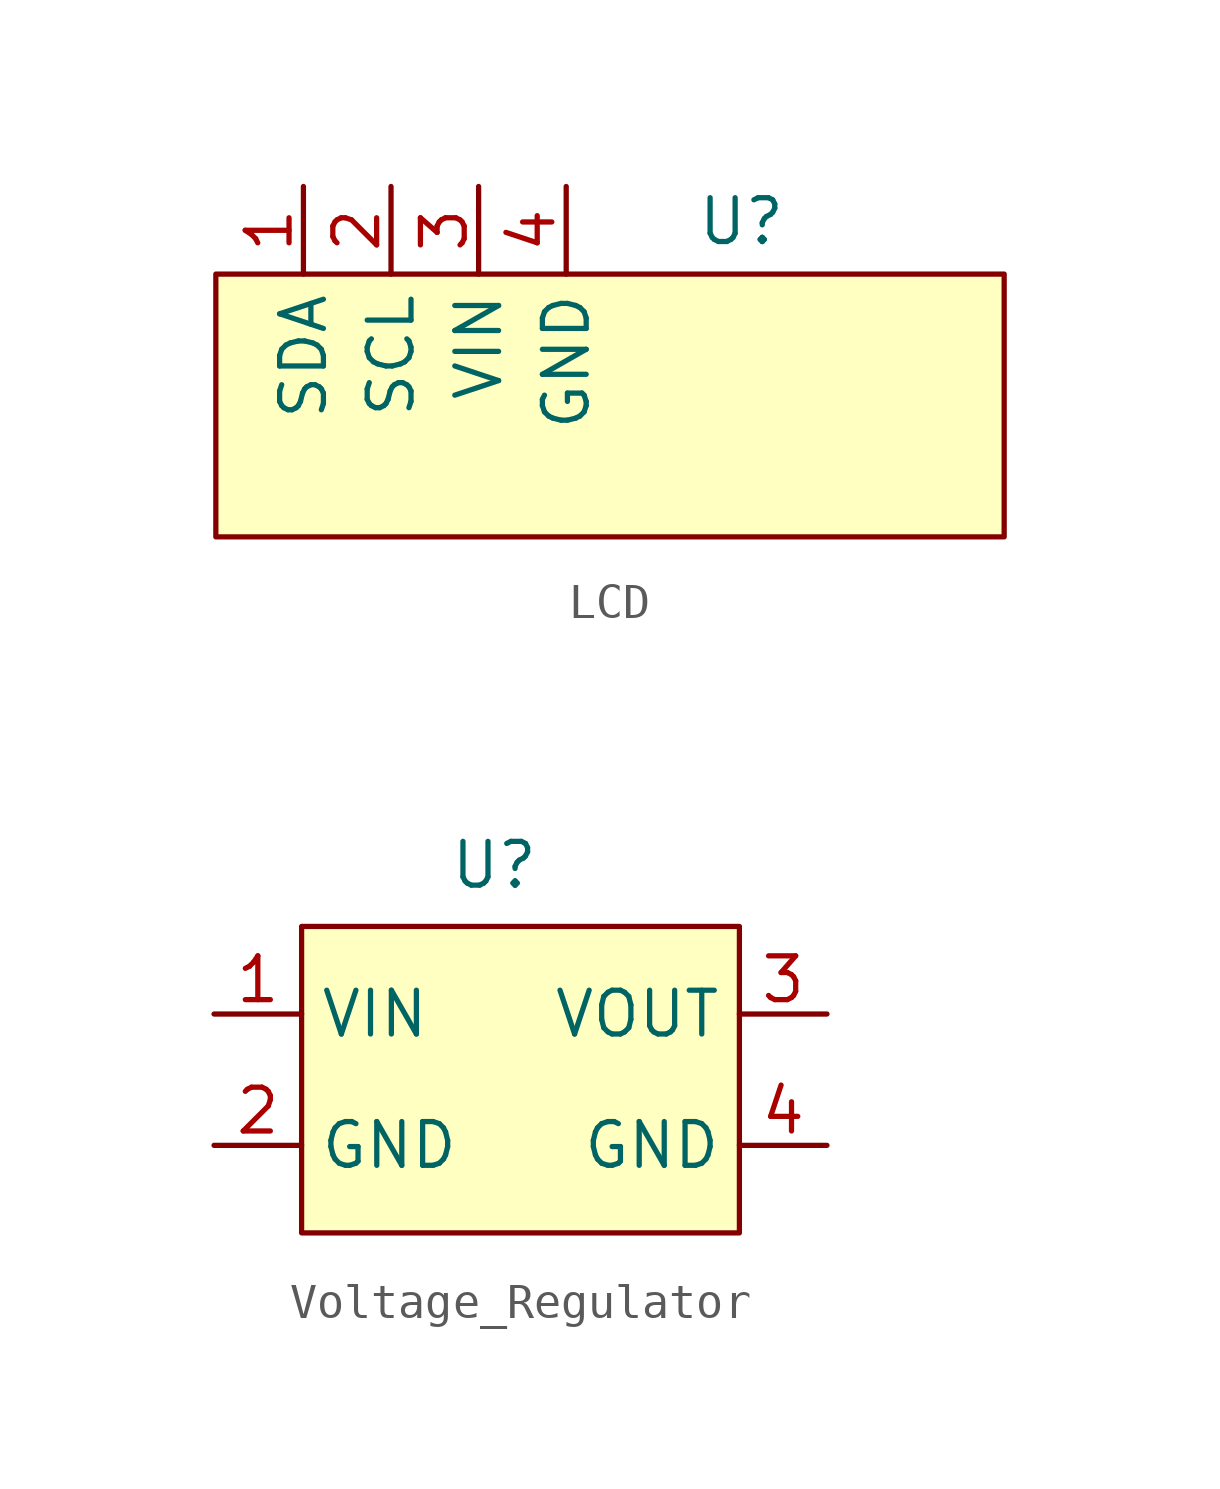
<source format=kicad_sym>
(kicad_symbol_lib
  (version 20241209)
  (generator "kicad_symbol_editor")
  (generator_version "9.0")
  (symbol "LCD"
    (property "Reference" "U"
      (at 3.81 0.254 0)
      (effects (font (size 1.27 1.27))))
    (property "Value" ""
      (at 0 0 0)
      (effects (font (size 1.27 1.27))))
    (symbol "LCD_0_1"
      (rectangle (start -11.43 -1.27) (end 11.43 -8.89) (stroke (width 0) (type default)) (fill (type background))))
    (symbol "LCD_1_1"
      (pin input line (at -8.89 1.27 270) (length 2.54) (name "SDA" (effects (font (size 1.27 1.27)))) (number "1" (effects (font (size 1.27 1.27)))))
      (pin input line (at -6.35 1.27 270) (length 2.54) (name "SCL" (effects (font (size 1.27 1.27)))) (number "2" (effects (font (size 1.27 1.27)))))
      (pin input line (at -3.81 1.27 270) (length 2.54) (name "VIN" (effects (font (size 1.27 1.27)))) (number "3" (effects (font (size 1.27 1.27)))))
      (pin input line (at -1.27 1.27 270) (length 2.54) (name "GND" (effects (font (size 1.27 1.27)))) (number "4" (effects (font (size 1.27 1.27)))))))
  (symbol "Voltage_Regulator"
    (property "Reference" "U"
      (at 0.508 -0.762 0)
      (effects (font (size 1.27 1.27))))
    (property "Value" ""
      (at 0 0 0)
      (effects (font (size 1.27 1.27))))
    (symbol "Voltage_Regulator_0_1"
      (rectangle (start -5.08 -2.54) (end 7.62 -11.43) (stroke (width 0) (type default)) (fill (type background))))
    (symbol "Voltage_Regulator_1_1"
      (pin input line (at -7.62 -5.08 0) (length 2.54) (name "VIN" (effects (font (size 1.27 1.27)))) (number "1" (effects (font (size 1.27 1.27)))))
      (pin input line (at -7.62 -8.89 0) (length 2.54) (name "GND" (effects (font (size 1.27 1.27)))) (number "2" (effects (font (size 1.27 1.27)))))
      (pin output line (at 10.16 -5.08 180) (length 2.54) (name "VOUT" (effects (font (size 1.27 1.27)))) (number "3" (effects (font (size 1.27 1.27)))))
      (pin output line (at 10.16 -8.89 180) (length 2.54) (name "GND" (effects (font (size 1.27 1.27)))) (number "4" (effects (font (size 1.27 1.27))))))))
</source>
